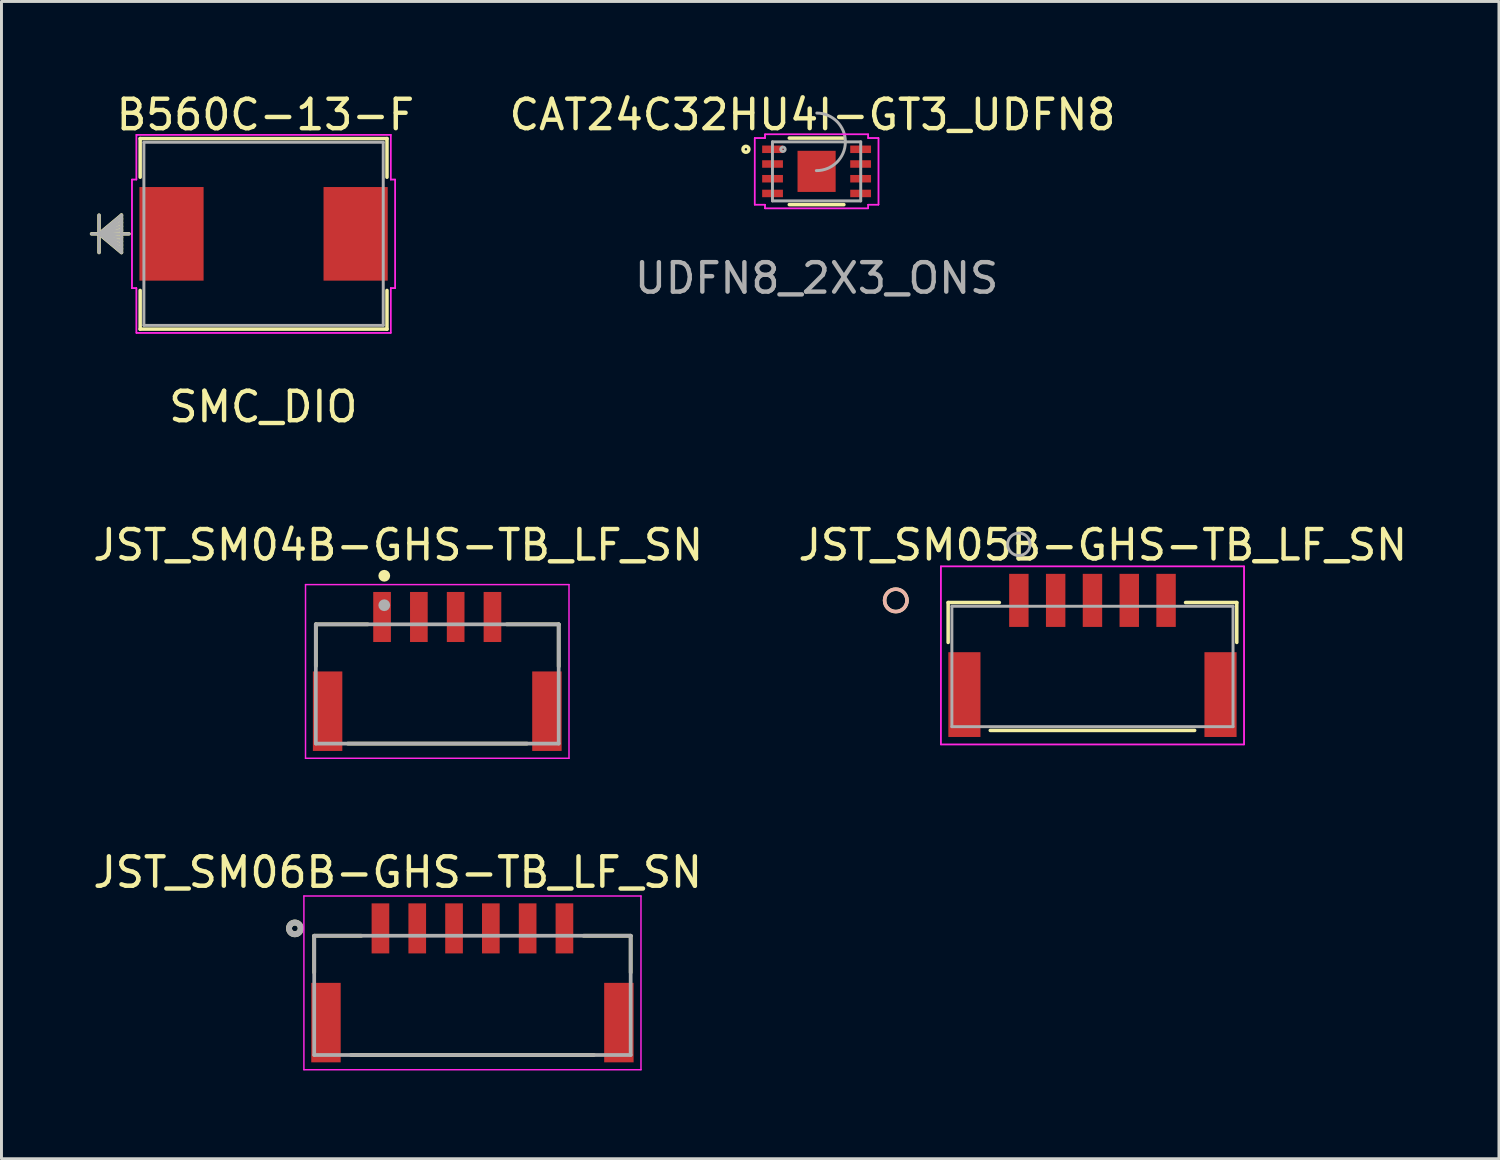
<source format=kicad_pcb>
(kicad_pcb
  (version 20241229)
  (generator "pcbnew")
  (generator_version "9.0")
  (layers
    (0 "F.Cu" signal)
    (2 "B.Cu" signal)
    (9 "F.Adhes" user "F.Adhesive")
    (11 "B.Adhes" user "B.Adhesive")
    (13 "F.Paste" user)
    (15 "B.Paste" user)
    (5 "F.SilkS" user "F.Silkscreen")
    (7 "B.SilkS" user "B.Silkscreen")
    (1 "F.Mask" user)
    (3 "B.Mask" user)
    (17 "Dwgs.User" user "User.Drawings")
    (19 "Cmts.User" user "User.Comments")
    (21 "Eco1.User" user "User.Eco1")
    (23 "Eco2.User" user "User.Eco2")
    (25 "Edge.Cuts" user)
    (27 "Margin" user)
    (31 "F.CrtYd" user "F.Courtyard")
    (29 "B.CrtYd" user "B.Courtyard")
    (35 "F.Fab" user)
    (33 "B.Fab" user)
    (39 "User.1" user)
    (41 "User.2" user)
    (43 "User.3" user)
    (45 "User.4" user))
  (footprint "CAT24C32HU4I-GT3_UDFN8"
    (layer "F.Cu")
    (at 24.688 2.771)
    (property "Reference" "CAT24C32HU4I-GT3_UDFN8" (at -0.139 -1.923 0) (layer "F.SilkS") (effects (font (size 1 1) (thickness 0.15))))
    (attr through_hole)
    (fp_line (start -0.927 1.13) (end 0.927 1.13) (stroke (width 0.12) (type solid)) (layer "F.SilkS"))
    (fp_line (start 0.927 -1.13) (end -0.927 -1.13) (stroke (width 0.12) (type solid)) (layer "F.SilkS"))
    (fp_circle (center -2.4 -0.75) (end -2.299 -0.75) (stroke (width 0.12) (type solid)) (fill no) (layer "F.SilkS"))
    (fp_line (start -2.103 -1.131) (end -1.753 -1.131) (stroke (width 0.05) (type solid)) (layer "F.CrtYd"))
    (fp_line (start -2.103 -1.131) (end -1.753 -1.131) (stroke (width 0.05) (type solid)) (layer "F.CrtYd"))
    (fp_line (start -2.103 1.131) (end -2.103 -1.131) (stroke (width 0.05) (type solid)) (layer "F.CrtYd"))
    (fp_line (start -2.103 1.131) (end -2.103 -1.131) (stroke (width 0.05) (type solid)) (layer "F.CrtYd"))
    (fp_line (start -2.103 1.131) (end -1.753 1.131) (stroke (width 0.05) (type solid)) (layer "F.CrtYd"))
    (fp_line (start -1.753 -1.257) (end 1.753 -1.257) (stroke (width 0.05) (type solid)) (layer "F.CrtYd"))
    (fp_line (start -1.753 -1.257) (end 1.753 -1.257) (stroke (width 0.05) (type solid)) (layer "F.CrtYd"))
    (fp_line (start -1.753 -1.131) (end -1.753 -1.257) (stroke (width 0.05) (type solid)) (layer "F.CrtYd"))
    (fp_line (start -1.753 -1.131) (end -1.753 -1.257) (stroke (width 0.05) (type solid)) (layer "F.CrtYd"))
    (fp_line (start -1.753 1.131) (end -2.103 1.131) (stroke (width 0.05) (type solid)) (layer "F.CrtYd"))
    (fp_line (start -1.753 1.257) (end -1.753 1.131) (stroke (width 0.05) (type solid)) (layer "F.CrtYd"))
    (fp_line (start -1.753 1.257) (end -1.753 1.131) (stroke (width 0.05) (type solid)) (layer "F.CrtYd"))
    (fp_line (start 1.753 -1.257) (end 1.753 -1.131) (stroke (width 0.05) (type solid)) (layer "F.CrtYd"))
    (fp_line (start 1.753 -1.257) (end 1.753 -1.131) (stroke (width 0.05) (type solid)) (layer "F.CrtYd"))
    (fp_line (start 1.753 -1.131) (end 2.103 -1.131) (stroke (width 0.05) (type solid)) (layer "F.CrtYd"))
    (fp_line (start 1.753 1.131) (end 1.753 1.257) (stroke (width 0.05) (type solid)) (layer "F.CrtYd"))
    (fp_line (start 1.753 1.131) (end 1.753 1.257) (stroke (width 0.05) (type solid)) (layer "F.CrtYd"))
    (fp_line (start 1.753 1.257) (end -1.753 1.257) (stroke (width 0.05) (type solid)) (layer "F.CrtYd"))
    (fp_line (start 1.753 1.257) (end -1.753 1.257) (stroke (width 0.05) (type solid)) (layer "F.CrtYd"))
    (fp_line (start 2.103 -1.131) (end 1.753 -1.131) (stroke (width 0.05) (type solid)) (layer "F.CrtYd"))
    (fp_line (start 2.103 -1.131) (end 2.103 1.131) (stroke (width 0.05) (type solid)) (layer "F.CrtYd"))
    (fp_line (start 2.103 -1.131) (end 2.103 1.131) (stroke (width 0.05) (type solid)) (layer "F.CrtYd"))
    (fp_line (start 2.103 1.131) (end 1.753 1.131) (stroke (width 0.05) (type solid)) (layer "F.CrtYd"))
    (fp_line (start 2.103 1.131) (end 1.753 1.131) (stroke (width 0.05) (type solid)) (layer "F.CrtYd"))
    (fp_line (start -1.499 -1.003) (end -1.499 1.003) (stroke (width 0.1) (type solid)) (layer "F.Fab"))
    (fp_line (start -1.499 1.003) (end 1.499 1.003) (stroke (width 0.1) (type solid)) (layer "F.Fab"))
    (fp_line (start 1.499 -1.003) (end -1.499 -1.003) (stroke (width 0.1) (type solid)) (layer "F.Fab"))
    (fp_line (start 1.499 1.003) (end 1.499 -1.003) (stroke (width 0.1) (type solid)) (layer "F.Fab"))
    (fp_arc (start 0.007742 -1.981116) (mid 0.977816 -0.995558) (end -0.007742 -0.025484) (stroke (width 0.1) (type solid)) (layer "F.Fab"))
    (fp_circle (center -1.143 -0.75) (end -1.067 -0.75) (stroke (width 0.1) (type solid)) (fill no) (layer "F.Fab"))
    (fp_text user "UDFN8_2X3_ONS" (at 0 3.629 0) (layer "F.Fab") (effects (font (size 1 1) (thickness 0.15))))
    (pad "1" smd rect (at -1.496 -0.75) (size 0.706 0.255) (layers "F.Cu" "F.Mask" "F.Paste"))
    (pad "2" smd rect (at -1.496 -0.25) (size 0.706 0.255) (layers "F.Cu" "F.Mask" "F.Paste"))
    (pad "3" smd rect (at -1.496 0.25) (size 0.706 0.255) (layers "F.Cu" "F.Mask" "F.Paste"))
    (pad "4" smd rect (at -1.496 0.75) (size 0.706 0.255) (layers "F.Cu" "F.Mask" "F.Paste"))
    (pad "5" smd rect (at 1.496 0.75) (size 0.706 0.255) (layers "F.Cu" "F.Mask" "F.Paste"))
    (pad "6" smd rect (at 1.496 0.25) (size 0.706 0.255) (layers "F.Cu" "F.Mask" "F.Paste"))
    (pad "7" smd rect (at 1.496 -0.25) (size 0.706 0.255) (layers "F.Cu" "F.Mask" "F.Paste"))
    (pad "8" smd rect (at 1.496 -0.75) (size 0.706 0.255) (layers "F.Cu" "F.Mask" "F.Paste"))
    (pad "9" smd rect (at 0 0) (size 1.295 1.397) (layers "F.Cu" "F.Mask" "F.Paste")))
  (footprint "B560C-13-F"
    (layer "F.Cu")
    (at 5.903 4.893)
    (property "Reference" "B560C-13-F" (at 0.062 -4.044 0) (layer "F.SilkS") (effects (font (size 1 1) (thickness 0.15))))
    (attr through_hole)
    (fp_line (start -5.589 -0.635) (end -5.589 0.635) (stroke (width 0.12) (type solid)) (layer "F.SilkS"))
    (fp_line (start -5.589 0) (end -4.827 -0.635) (stroke (width 0.12) (type solid)) (layer "F.SilkS"))
    (fp_line (start -5.589 0) (end -4.827 -0.508) (stroke (width 0.12) (type solid)) (layer "F.SilkS"))
    (fp_line (start -5.589 0) (end -4.827 -0.381) (stroke (width 0.12) (type solid)) (layer "F.SilkS"))
    (fp_line (start -5.589 0) (end -4.827 -0.254) (stroke (width 0.12) (type solid)) (layer "F.SilkS"))
    (fp_line (start -5.589 0) (end -4.827 -0.127) (stroke (width 0.12) (type solid)) (layer "F.SilkS"))
    (fp_line (start -5.589 0) (end -4.827 0.127) (stroke (width 0.12) (type solid)) (layer "F.SilkS"))
    (fp_line (start -5.589 0) (end -4.827 0.254) (stroke (width 0.12) (type solid)) (layer "F.SilkS"))
    (fp_line (start -5.589 0) (end -4.827 0.381) (stroke (width 0.12) (type solid)) (layer "F.SilkS"))
    (fp_line (start -5.589 0) (end -4.827 0.508) (stroke (width 0.12) (type solid)) (layer "F.SilkS"))
    (fp_line (start -5.589 0) (end -4.827 0.635) (stroke (width 0.12) (type solid)) (layer "F.SilkS"))
    (fp_line (start -4.827 -0.635) (end -4.827 0.635) (stroke (width 0.12) (type solid)) (layer "F.SilkS"))
    (fp_line (start -4.573 0) (end -5.843 0) (stroke (width 0.12) (type solid)) (layer "F.SilkS"))
    (fp_line (start -4.192 -3.237) (end -4.192 -1.923) (stroke (width 0.12) (type solid)) (layer "F.SilkS"))
    (fp_line (start -4.192 1.923) (end -4.192 3.237) (stroke (width 0.12) (type solid)) (layer "F.SilkS"))
    (fp_line (start -4.192 3.237) (end 4.192 3.237) (stroke (width 0.12) (type solid)) (layer "F.SilkS"))
    (fp_line (start 4.192 -3.237) (end -4.192 -3.237) (stroke (width 0.12) (type solid)) (layer "F.SilkS"))
    (fp_line (start 4.192 -1.923) (end 4.192 -3.237) (stroke (width 0.12) (type solid)) (layer "F.SilkS"))
    (fp_line (start 4.192 3.237) (end 4.192 1.923) (stroke (width 0.12) (type solid)) (layer "F.SilkS"))
    (fp_line (start -4.471 -1.844) (end -4.319 -1.844) (stroke (width 0.05) (type solid)) (layer "F.CrtYd"))
    (fp_line (start -4.471 -1.844) (end -4.319 -1.844) (stroke (width 0.05) (type solid)) (layer "F.CrtYd"))
    (fp_line (start -4.471 1.844) (end -4.471 -1.844) (stroke (width 0.05) (type solid)) (layer "F.CrtYd"))
    (fp_line (start -4.471 1.844) (end -4.471 -1.844) (stroke (width 0.05) (type solid)) (layer "F.CrtYd"))
    (fp_line (start -4.319 -3.364) (end 4.319 -3.364) (stroke (width 0.05) (type solid)) (layer "F.CrtYd"))
    (fp_line (start -4.319 -3.364) (end 4.319 -3.364) (stroke (width 0.05) (type solid)) (layer "F.CrtYd"))
    (fp_line (start -4.319 -1.844) (end -4.319 -3.364) (stroke (width 0.05) (type solid)) (layer "F.CrtYd"))
    (fp_line (start -4.319 -1.844) (end -4.319 -3.364) (stroke (width 0.05) (type solid)) (layer "F.CrtYd"))
    (fp_line (start -4.319 1.844) (end -4.471 1.844) (stroke (width 0.05) (type solid)) (layer "F.CrtYd"))
    (fp_line (start -4.319 1.844) (end -4.471 1.844) (stroke (width 0.05) (type solid)) (layer "F.CrtYd"))
    (fp_line (start -4.319 3.364) (end -4.319 1.844) (stroke (width 0.05) (type solid)) (layer "F.CrtYd"))
    (fp_line (start -4.319 3.364) (end -4.319 1.844) (stroke (width 0.05) (type solid)) (layer "F.CrtYd"))
    (fp_line (start 4.319 -3.364) (end 4.319 -1.844) (stroke (width 0.05) (type solid)) (layer "F.CrtYd"))
    (fp_line (start 4.319 -3.364) (end 4.319 -1.844) (stroke (width 0.05) (type solid)) (layer "F.CrtYd"))
    (fp_line (start 4.319 -1.844) (end 4.471 -1.844) (stroke (width 0.05) (type solid)) (layer "F.CrtYd"))
    (fp_line (start 4.319 -1.844) (end 4.471 -1.844) (stroke (width 0.05) (type solid)) (layer "F.CrtYd"))
    (fp_line (start 4.319 1.844) (end 4.319 3.364) (stroke (width 0.05) (type solid)) (layer "F.CrtYd"))
    (fp_line (start 4.319 1.844) (end 4.319 3.364) (stroke (width 0.05) (type solid)) (layer "F.CrtYd"))
    (fp_line (start 4.319 3.364) (end -4.319 3.364) (stroke (width 0.05) (type solid)) (layer "F.CrtYd"))
    (fp_line (start 4.319 3.364) (end -4.319 3.364) (stroke (width 0.05) (type solid)) (layer "F.CrtYd"))
    (fp_line (start 4.471 -1.844) (end 4.471 1.844) (stroke (width 0.05) (type solid)) (layer "F.CrtYd"))
    (fp_line (start 4.471 -1.844) (end 4.471 1.844) (stroke (width 0.05) (type solid)) (layer "F.CrtYd"))
    (fp_line (start 4.471 1.844) (end 4.319 1.844) (stroke (width 0.05) (type solid)) (layer "F.CrtYd"))
    (fp_line (start 4.471 1.844) (end 4.319 1.844) (stroke (width 0.05) (type solid)) (layer "F.CrtYd"))
    (fp_line (start -5.589 -0.635) (end -5.589 0.635) (stroke (width 0.1) (type solid)) (layer "F.Fab"))
    (fp_line (start -5.589 0) (end -4.827 -0.635) (stroke (width 0.1) (type solid)) (layer "F.Fab"))
    (fp_line (start -5.589 0) (end -4.827 -0.508) (stroke (width 0.1) (type solid)) (layer "F.Fab"))
    (fp_line (start -5.589 0) (end -4.827 -0.381) (stroke (width 0.1) (type solid)) (layer "F.Fab"))
    (fp_line (start -5.589 0) (end -4.827 -0.254) (stroke (width 0.1) (type solid)) (layer "F.Fab"))
    (fp_line (start -5.589 0) (end -4.827 -0.127) (stroke (width 0.1) (type solid)) (layer "F.Fab"))
    (fp_line (start -5.589 0) (end -4.827 0.127) (stroke (width 0.1) (type solid)) (layer "F.Fab"))
    (fp_line (start -5.589 0) (end -4.827 0.254) (stroke (width 0.1) (type solid)) (layer "F.Fab"))
    (fp_line (start -5.589 0) (end -4.827 0.381) (stroke (width 0.1) (type solid)) (layer "F.Fab"))
    (fp_line (start -5.589 0) (end -4.827 0.508) (stroke (width 0.1) (type solid)) (layer "F.Fab"))
    (fp_line (start -5.589 0) (end -4.827 0.635) (stroke (width 0.1) (type solid)) (layer "F.Fab"))
    (fp_line (start -4.827 -0.635) (end -4.827 0.635) (stroke (width 0.1) (type solid)) (layer "F.Fab"))
    (fp_line (start -4.573 0) (end -5.843 0) (stroke (width 0.1) (type solid)) (layer "F.Fab"))
    (fp_line (start -4.065 -3.11) (end -4.065 3.11) (stroke (width 0.1) (type solid)) (layer "F.Fab"))
    (fp_line (start -4.065 3.11) (end 4.065 3.11) (stroke (width 0.1) (type solid)) (layer "F.Fab"))
    (fp_line (start 4.065 -3.11) (end -4.065 -3.11) (stroke (width 0.1) (type solid)) (layer "F.Fab"))
    (fp_line (start 4.065 3.11) (end 4.065 -3.11) (stroke (width 0.1) (type solid)) (layer "F.Fab"))
    (fp_text user "SMC_DIO" (at -0.009 5.875 0) (layer "F.SilkS") (effects (font (size 1 1) (thickness 0.15))))
    (pad "1" smd rect (at -3.127 0 90) (size 3.18 2.18) (layers "F.Cu" "F.Mask" "F.Paste"))
    (pad "2" smd rect (at 3.127 0 90) (size 3.18 2.18) (layers "F.Cu" "F.Mask" "F.Paste")))
  (footprint "JST_SM04B-GHS-TB_LF_SN"
    (layer "F.Cu")
    (at 11.803 20.183)
    (property "Reference" "JST_SM04B-GHS-TB_LF_SN" (at -1.327 -4.718 0) (layer "F.SilkS") (effects (font (size 1.002 1.002) (thickness 0.15))))
    (attr through_hole)
    (fp_line (start -4.125 -2.025) (end -2.36 -2.025) (stroke (width 0.127) (type solid)) (layer "F.SilkS"))
    (fp_line (start -4.125 -0.605) (end -4.125 -2.025) (stroke (width 0.127) (type solid)) (layer "F.SilkS"))
    (fp_line (start -3.04 2.025) (end 3.05 2.025) (stroke (width 0.127) (type solid)) (layer "F.SilkS"))
    (fp_line (start 4.125 -2.025) (end 2.36 -2.025) (stroke (width 0.127) (type solid)) (layer "F.SilkS"))
    (fp_line (start 4.125 -0.595) (end 4.125 -2.025) (stroke (width 0.127) (type solid)) (layer "F.SilkS"))
    (fp_circle (center -1.8 -3.675) (end -1.7 -3.675) (stroke (width 0.2) (type solid)) (fill no) (layer "F.SilkS"))
    (fp_line (start -4.475 -3.375) (end 4.475 -3.375) (stroke (width 0.05) (type solid)) (layer "F.CrtYd"))
    (fp_line (start -4.475 2.525) (end -4.475 -3.375) (stroke (width 0.05) (type solid)) (layer "F.CrtYd"))
    (fp_line (start 4.475 -3.375) (end 4.475 2.525) (stroke (width 0.05) (type solid)) (layer "F.CrtYd"))
    (fp_line (start 4.475 2.525) (end -4.475 2.525) (stroke (width 0.05) (type solid)) (layer "F.CrtYd"))
    (fp_line (start -4.125 -2.025) (end 4.125 -2.025) (stroke (width 0.127) (type solid)) (layer "F.Fab"))
    (fp_line (start -4.125 2.025) (end -4.125 -2.025) (stroke (width 0.127) (type solid)) (layer "F.Fab"))
    (fp_line (start 4.125 -2.025) (end 4.125 2.025) (stroke (width 0.127) (type solid)) (layer "F.Fab"))
    (fp_line (start 4.125 2.025) (end -4.125 2.025) (stroke (width 0.127) (type solid)) (layer "F.Fab"))
    (fp_circle (center -1.8 -2.675) (end -1.7 -2.675) (stroke (width 0.2) (type solid)) (fill no) (layer "F.Fab"))
    (pad "1" smd rect (at -1.875 -2.275 90) (size 1.7 0.6) (layers "F.Cu" "F.Mask" "F.Paste"))
    (pad "2" smd rect (at -0.625 -2.275 90) (size 1.7 0.6) (layers "F.Cu" "F.Mask" "F.Paste"))
    (pad "3" smd rect (at 0.625 -2.275 90) (size 1.7 0.6) (layers "F.Cu" "F.Mask" "F.Paste"))
    (pad "4" smd rect (at 1.875 -2.275 90) (size 1.7 0.6) (layers "F.Cu" "F.Mask" "F.Paste"))
    (pad "SH1" smd rect (at -3.725 0.925 90) (size 2.7 1) (layers "F.Cu" "F.Mask" "F.Paste"))
    (pad "SH2" smd rect (at 3.725 0.925 90) (size 2.7 1) (layers "F.Cu" "F.Mask" "F.Paste")))
  (footprint "JST_SM05B-GHS-TB_LF_SN"
    (layer "F.Cu")
    (at 34.059 19.589)
    (property "Reference" "JST_SM05B-GHS-TB_LF_SN" (at 0.35 -4.125 0) (layer "F.SilkS") (effects (font (size 1 1) (thickness 0.15))))
    (attr through_hole)
    (fp_line (start -4.902 -2.172) (end -4.902 -0.817) (stroke (width 0.12) (type solid)) (layer "F.SilkS"))
    (fp_line (start -3.471 2.172) (end 3.471 2.172) (stroke (width 0.12) (type solid)) (layer "F.SilkS"))
    (fp_line (start -3.163 -2.172) (end -4.902 -2.172) (stroke (width 0.12) (type solid)) (layer "F.SilkS"))
    (fp_line (start 4.902 -2.172) (end 3.163 -2.172) (stroke (width 0.12) (type solid)) (layer "F.SilkS"))
    (fp_line (start 4.902 -0.817) (end 4.902 -2.172) (stroke (width 0.12) (type solid)) (layer "F.SilkS"))
    (fp_circle (center -6.68 -2.245) (end -6.299 -2.245) (stroke (width 0.12) (type solid)) (fill no) (layer "F.SilkS"))
    (fp_circle (center -6.68 -2.245) (end -6.299 -2.245) (stroke (width 0.12) (type solid)) (fill no) (layer "B.SilkS"))
    (fp_line (start -5.15 -3.4) (end -5.15 2.649) (stroke (width 0.05) (type solid)) (layer "F.CrtYd"))
    (fp_line (start -5.15 -3.4) (end -5.15 2.649) (stroke (width 0.05) (type solid)) (layer "F.CrtYd"))
    (fp_line (start -5.15 2.649) (end 5.15 2.649) (stroke (width 0.05) (type solid)) (layer "F.CrtYd"))
    (fp_line (start -5.15 2.649) (end 5.15 2.649) (stroke (width 0.05) (type solid)) (layer "F.CrtYd"))
    (fp_line (start 5.15 -3.4) (end -5.15 -3.4) (stroke (width 0.05) (type solid)) (layer "F.CrtYd"))
    (fp_line (start 5.15 -3.4) (end -5.15 -3.4) (stroke (width 0.05) (type solid)) (layer "F.CrtYd"))
    (fp_line (start 5.15 2.649) (end 5.15 -3.4) (stroke (width 0.05) (type solid)) (layer "F.CrtYd"))
    (fp_line (start 5.15 2.649) (end 5.15 -3.4) (stroke (width 0.05) (type solid)) (layer "F.CrtYd"))
    (fp_line (start -4.775 -2.045) (end -4.775 2.045) (stroke (width 0.1) (type solid)) (layer "F.Fab"))
    (fp_line (start -4.775 2.045) (end 4.775 2.045) (stroke (width 0.1) (type solid)) (layer "F.Fab"))
    (fp_line (start 4.775 -2.045) (end -4.775 -2.045) (stroke (width 0.1) (type solid)) (layer "F.Fab"))
    (fp_line (start 4.775 2.045) (end 4.775 -2.045) (stroke (width 0.1) (type solid)) (layer "F.Fab"))
    (fp_circle (center -2.5 -4.15) (end -2.119 -4.15) (stroke (width 0.1) (type solid)) (fill no) (layer "F.Fab"))
    (pad "1" smd rect (at -2.5 -2.245) (size 0.66 1.803) (layers "F.Cu" "F.Mask" "F.Paste"))
    (pad "2" smd rect (at -1.25 -2.245) (size 0.66 1.803) (layers "F.Cu" "F.Mask" "F.Paste"))
    (pad "3" smd rect (at 0 -2.245) (size 0.66 1.803) (layers "F.Cu" "F.Mask" "F.Paste"))
    (pad "4" smd rect (at 1.25 -2.245) (size 0.66 1.803) (layers "F.Cu" "F.Mask" "F.Paste"))
    (pad "5" smd rect (at 2.5 -2.245) (size 0.66 1.803) (layers "F.Cu" "F.Mask" "F.Paste"))
    (pad "6" smd rect (at -4.35 0.955) (size 1.092 2.88) (layers "F.Cu" "F.Mask" "F.Paste"))
    (pad "7" smd rect (at 4.35 0.955) (size 1.092 2.88) (layers "F.Cu" "F.Mask" "F.Paste")))
  (footprint "JST_SM06B-GHS-TB_LF_SN"
    (layer "F.Cu")
    (at 12.998 30.361)
    (property "Reference" "JST_SM06B-GHS-TB_LF_SN" (at -2.54 -3.78 0) (layer "F.SilkS") (effects (font (size 1 1) (thickness 0.15))))
    (attr through_hole)
    (fp_line (start -5.375 -1.625) (end -5.375 -0.375) (stroke (width 0.127) (type solid)) (layer "F.SilkS"))
    (fp_line (start -5.375 -1.625) (end -3.775 -1.625) (stroke (width 0.127) (type solid)) (layer "F.SilkS"))
    (fp_line (start -4.125 2.425) (end 4.125 2.425) (stroke (width 0.127) (type solid)) (layer "F.SilkS"))
    (fp_line (start 5.375 -1.625) (end 3.775 -1.625) (stroke (width 0.127) (type solid)) (layer "F.SilkS"))
    (fp_line (start 5.375 -1.625) (end 5.375 -0.375) (stroke (width 0.127) (type solid)) (layer "F.SilkS"))
    (fp_circle (center -6.032 -1.875) (end -5.933 -1.875) (stroke (width 0.2) (type solid)) (fill no) (layer "F.SilkS"))
    (fp_line (start -5.725 -2.975) (end -5.725 2.925) (stroke (width 0.05) (type solid)) (layer "F.CrtYd"))
    (fp_line (start -5.725 2.925) (end 5.725 2.925) (stroke (width 0.05) (type solid)) (layer "F.CrtYd"))
    (fp_line (start 5.725 -2.975) (end -5.725 -2.975) (stroke (width 0.05) (type solid)) (layer "F.CrtYd"))
    (fp_line (start 5.725 2.925) (end 5.725 -2.975) (stroke (width 0.05) (type solid)) (layer "F.CrtYd"))
    (fp_line (start -5.375 -1.625) (end -5.375 2.425) (stroke (width 0.127) (type solid)) (layer "F.Fab"))
    (fp_line (start -5.375 2.425) (end 5.375 2.425) (stroke (width 0.127) (type solid)) (layer "F.Fab"))
    (fp_line (start 5.375 -1.625) (end -5.375 -1.625) (stroke (width 0.127) (type solid)) (layer "F.Fab"))
    (fp_line (start 5.375 2.425) (end 5.375 -1.625) (stroke (width 0.127) (type solid)) (layer "F.Fab"))
    (fp_circle (center -6.032 -1.875) (end -5.933 -1.875) (stroke (width 0.2) (type solid)) (fill no) (layer "F.Fab"))
    (pad "1" smd rect (at -3.125 -1.875 180) (size 0.6 1.7) (layers "F.Cu" "F.Mask" "F.Paste"))
    (pad "2" smd rect (at -1.875 -1.875 180) (size 0.6 1.7) (layers "F.Cu" "F.Mask" "F.Paste"))
    (pad "3" smd rect (at -0.625 -1.875 180) (size 0.6 1.7) (layers "F.Cu" "F.Mask" "F.Paste"))
    (pad "4" smd rect (at 0.625 -1.875 180) (size 0.6 1.7) (layers "F.Cu" "F.Mask" "F.Paste"))
    (pad "5" smd rect (at 1.875 -1.875 180) (size 0.6 1.7) (layers "F.Cu" "F.Mask" "F.Paste"))
    (pad "6" smd rect (at 3.125 -1.875 180) (size 0.6 1.7) (layers "F.Cu" "F.Mask" "F.Paste"))
    (pad "S1" smd rect (at -4.975 1.325 180) (size 1 2.7) (layers "F.Cu" "F.Mask" "F.Paste"))
    (pad "S2" smd rect (at 4.975 1.325 180) (size 1 2.7) (layers "F.Cu" "F.Mask" "F.Paste")))
  (gr_rect
    (start -3 -3)
    (end 47.867 36.311)
    (stroke (width 0.1) (type default))
    (fill no)
    (layer "Edge.Cuts")))
</source>
